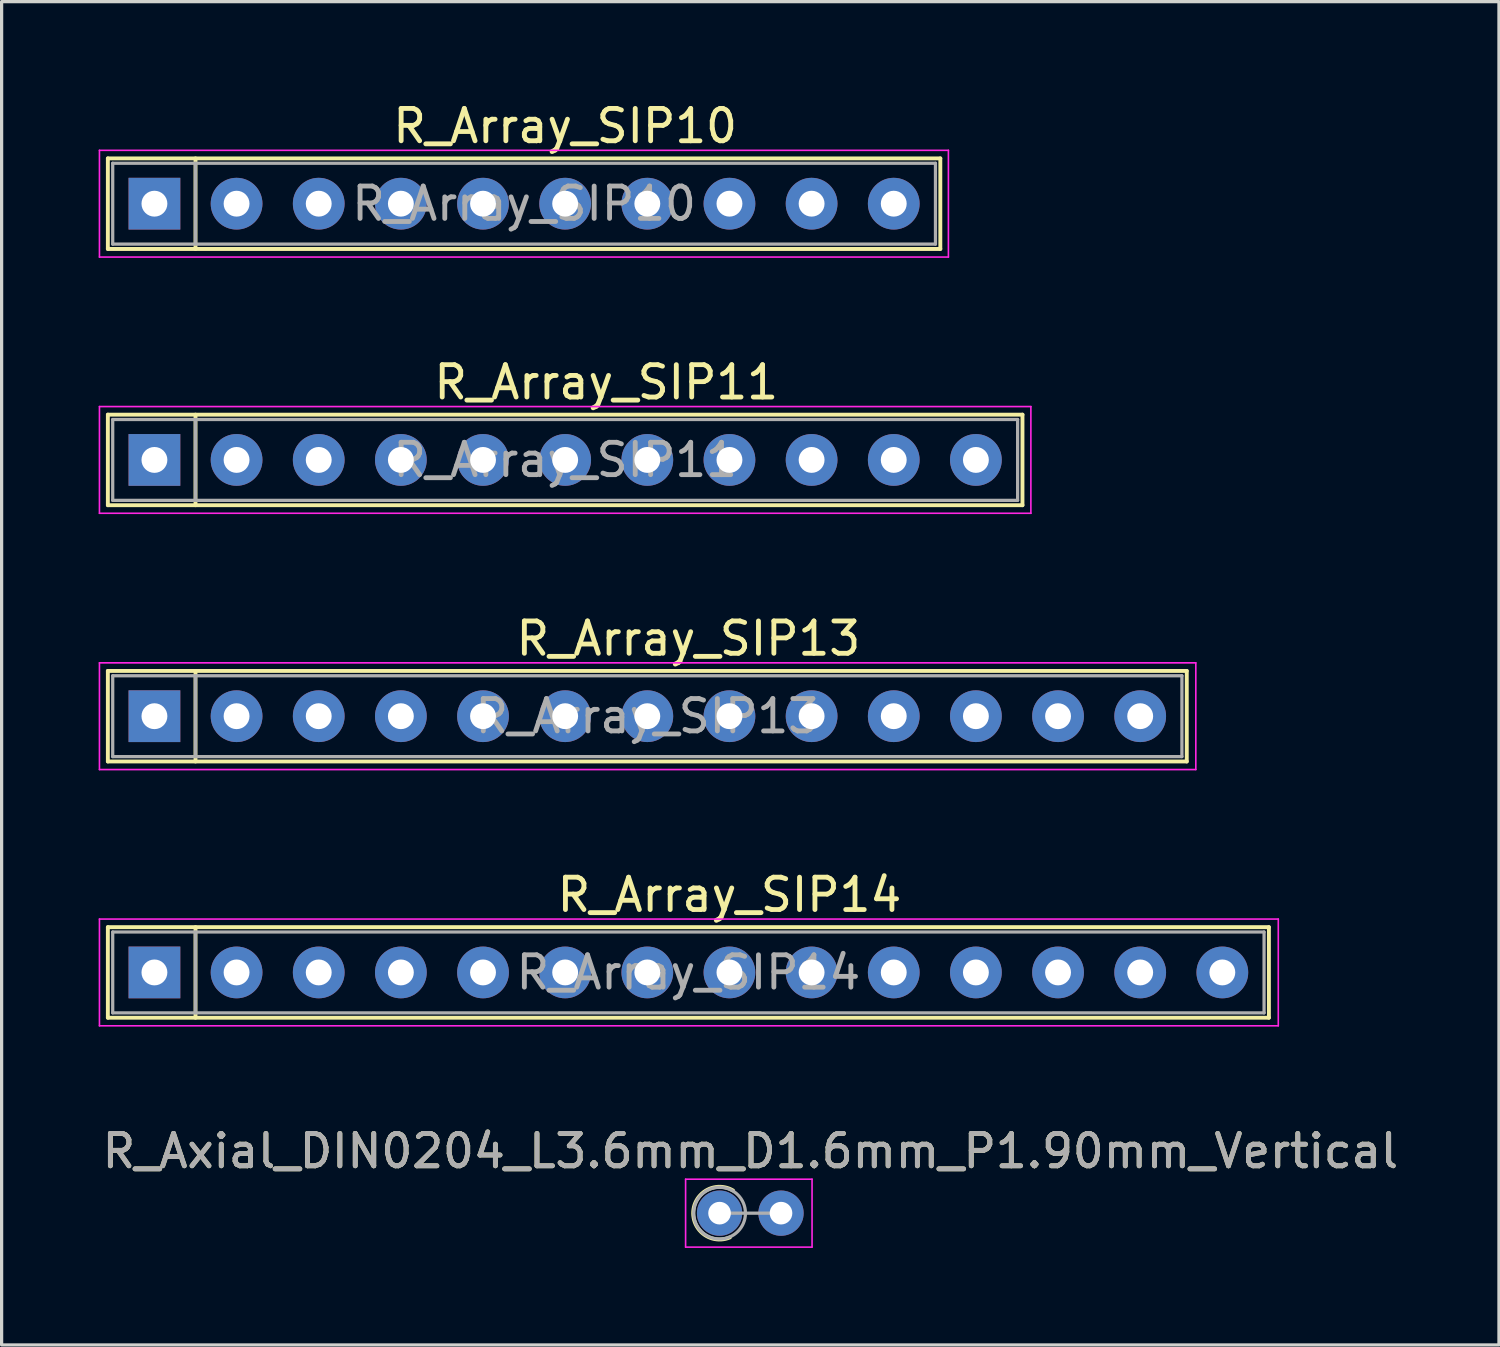
<source format=kicad_pcb>
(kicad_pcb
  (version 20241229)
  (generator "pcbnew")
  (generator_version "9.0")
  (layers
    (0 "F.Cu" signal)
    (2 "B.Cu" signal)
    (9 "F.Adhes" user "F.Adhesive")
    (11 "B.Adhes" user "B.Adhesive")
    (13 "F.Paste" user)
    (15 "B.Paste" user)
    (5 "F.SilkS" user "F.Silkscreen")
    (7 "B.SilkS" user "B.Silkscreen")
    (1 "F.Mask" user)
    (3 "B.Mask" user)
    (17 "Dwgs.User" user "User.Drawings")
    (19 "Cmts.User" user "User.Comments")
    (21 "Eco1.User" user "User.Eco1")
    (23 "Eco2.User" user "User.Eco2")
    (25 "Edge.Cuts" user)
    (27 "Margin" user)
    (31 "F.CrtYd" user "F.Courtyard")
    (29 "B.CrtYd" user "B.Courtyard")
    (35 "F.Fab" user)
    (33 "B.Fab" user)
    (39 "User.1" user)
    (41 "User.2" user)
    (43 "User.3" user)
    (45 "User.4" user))
  (footprint "R_Axial_DIN0204_L3.6mm_D1.6mm_P1.90mm_Vertical"
    (layer "F.Cu")
    (at 19.199 34.461)
    (property "Reference" "R_Axial_DIN0204_L3.6mm_D1.6mm_P1.90mm_Vertical" (at 0.95 -1.92 0) (layer "F.SilkS") (effects (font (size 1 1) (thickness 0.15))))
    (attr through_hole)
    (fp_arc (start 0.320095 0.749359) (mid -0.813042 -0.054435) (end 0.417133 -0.7) (stroke (width 0.12) (type solid)) (layer "F.SilkS"))
    (fp_line (start -1.05 -1.05) (end -1.05 1.05) (stroke (width 0.05) (type solid)) (layer "F.CrtYd"))
    (fp_line (start -1.05 1.05) (end 2.86 1.05) (stroke (width 0.05) (type solid)) (layer "F.CrtYd"))
    (fp_line (start 2.86 -1.05) (end -1.05 -1.05) (stroke (width 0.05) (type solid)) (layer "F.CrtYd"))
    (fp_line (start 2.86 1.05) (end 2.86 -1.05) (stroke (width 0.05) (type solid)) (layer "F.CrtYd"))
    (fp_line (start 0 0) (end 1.9 0) (stroke (width 0.1) (type solid)) (layer "F.Fab"))
    (fp_circle (center 0 0) (end 0.8 0) (stroke (width 0.1) (type solid)) (fill no) (layer "F.Fab"))
    (fp_text user "${REFERENCE}" (at 0.95 -1.92 0) (layer "F.Fab") (effects (font (size 1 1) (thickness 0.15))))
    (pad "1" thru_hole circle (at 0 0) (size 1.4 1.4) (drill 0.7) (layers "*.Cu" "*.Mask"))
    (pad "2" thru_hole oval (at 1.9 0) (size 1.4 1.4) (drill 0.7) (layers "*.Cu" "*.Mask")))
  (footprint "R_Array_SIP10"
    (layer "F.Cu")
    (at 1.725 3.248)
    (property "Reference" "R_Array_SIP10" (at 12.7 -2.4 0) (layer "F.SilkS") (effects (font (size 1 1) (thickness 0.15))))
    (attr through_hole)
    (fp_line (start -1.44 -1.4) (end -1.44 1.4) (stroke (width 0.12) (type solid)) (layer "F.SilkS"))
    (fp_line (start -1.44 1.4) (end 24.3 1.4) (stroke (width 0.12) (type solid)) (layer "F.SilkS"))
    (fp_line (start 1.27 -1.4) (end 1.27 1.4) (stroke (width 0.12) (type solid)) (layer "F.SilkS"))
    (fp_line (start 24.3 -1.4) (end -1.44 -1.4) (stroke (width 0.12) (type solid)) (layer "F.SilkS"))
    (fp_line (start 24.3 1.4) (end 24.3 -1.4) (stroke (width 0.12) (type solid)) (layer "F.SilkS"))
    (fp_line (start -1.7 -1.65) (end -1.7 1.65) (stroke (width 0.05) (type solid)) (layer "F.CrtYd"))
    (fp_line (start -1.7 1.65) (end 24.55 1.65) (stroke (width 0.05) (type solid)) (layer "F.CrtYd"))
    (fp_line (start 24.55 -1.65) (end -1.7 -1.65) (stroke (width 0.05) (type solid)) (layer "F.CrtYd"))
    (fp_line (start 24.55 1.65) (end 24.55 -1.65) (stroke (width 0.05) (type solid)) (layer "F.CrtYd"))
    (fp_line (start -1.29 -1.25) (end -1.29 1.25) (stroke (width 0.1) (type solid)) (layer "F.Fab"))
    (fp_line (start -1.29 1.25) (end 24.15 1.25) (stroke (width 0.1) (type solid)) (layer "F.Fab"))
    (fp_line (start 1.27 -1.25) (end 1.27 1.25) (stroke (width 0.1) (type solid)) (layer "F.Fab"))
    (fp_line (start 24.15 -1.25) (end -1.29 -1.25) (stroke (width 0.1) (type solid)) (layer "F.Fab"))
    (fp_line (start 24.15 1.25) (end 24.15 -1.25) (stroke (width 0.1) (type solid)) (layer "F.Fab"))
    (fp_text user "${REFERENCE}" (at 11.43 0 0) (layer "F.Fab") (effects (font (size 1 1) (thickness 0.15))))
    (pad "1" thru_hole rect (at 0 0) (size 1.6 1.6) (drill 0.8) (layers "*.Cu" "*.Mask"))
    (pad "2" thru_hole oval (at 2.54 0) (size 1.6 1.6) (drill 0.8) (layers "*.Cu" "*.Mask"))
    (pad "3" thru_hole oval (at 5.08 0) (size 1.6 1.6) (drill 0.8) (layers "*.Cu" "*.Mask"))
    (pad "4" thru_hole oval (at 7.62 0) (size 1.6 1.6) (drill 0.8) (layers "*.Cu" "*.Mask"))
    (pad "5" thru_hole oval (at 10.16 0) (size 1.6 1.6) (drill 0.8) (layers "*.Cu" "*.Mask"))
    (pad "6" thru_hole oval (at 12.7 0) (size 1.6 1.6) (drill 0.8) (layers "*.Cu" "*.Mask"))
    (pad "7" thru_hole oval (at 15.24 0) (size 1.6 1.6) (drill 0.8) (layers "*.Cu" "*.Mask"))
    (pad "8" thru_hole oval (at 17.78 0) (size 1.6 1.6) (drill 0.8) (layers "*.Cu" "*.Mask"))
    (pad "9" thru_hole oval (at 20.32 0) (size 1.6 1.6) (drill 0.8) (layers "*.Cu" "*.Mask"))
    (pad "10" thru_hole oval (at 22.86 0) (size 1.6 1.6) (drill 0.8) (layers "*.Cu" "*.Mask")))
  (footprint "R_Array_SIP13"
    (layer "F.Cu")
    (at 1.725 19.095)
    (property "Reference" "R_Array_SIP13" (at 16.51 -2.4 0) (layer "F.SilkS") (effects (font (size 1 1) (thickness 0.15))))
    (attr through_hole)
    (fp_line (start -1.44 -1.4) (end -1.44 1.4) (stroke (width 0.12) (type solid)) (layer "F.SilkS"))
    (fp_line (start -1.44 1.4) (end 31.92 1.4) (stroke (width 0.12) (type solid)) (layer "F.SilkS"))
    (fp_line (start 1.27 -1.4) (end 1.27 1.4) (stroke (width 0.12) (type solid)) (layer "F.SilkS"))
    (fp_line (start 31.92 -1.4) (end -1.44 -1.4) (stroke (width 0.12) (type solid)) (layer "F.SilkS"))
    (fp_line (start 31.92 1.4) (end 31.92 -1.4) (stroke (width 0.12) (type solid)) (layer "F.SilkS"))
    (fp_line (start -1.7 -1.65) (end -1.7 1.65) (stroke (width 0.05) (type solid)) (layer "F.CrtYd"))
    (fp_line (start -1.7 1.65) (end 32.2 1.65) (stroke (width 0.05) (type solid)) (layer "F.CrtYd"))
    (fp_line (start 32.2 -1.65) (end -1.7 -1.65) (stroke (width 0.05) (type solid)) (layer "F.CrtYd"))
    (fp_line (start 32.2 1.65) (end 32.2 -1.65) (stroke (width 0.05) (type solid)) (layer "F.CrtYd"))
    (fp_line (start -1.29 -1.25) (end -1.29 1.25) (stroke (width 0.1) (type solid)) (layer "F.Fab"))
    (fp_line (start -1.29 1.25) (end 31.77 1.25) (stroke (width 0.1) (type solid)) (layer "F.Fab"))
    (fp_line (start 1.27 -1.25) (end 1.27 1.25) (stroke (width 0.1) (type solid)) (layer "F.Fab"))
    (fp_line (start 31.77 -1.25) (end -1.29 -1.25) (stroke (width 0.1) (type solid)) (layer "F.Fab"))
    (fp_line (start 31.77 1.25) (end 31.77 -1.25) (stroke (width 0.1) (type solid)) (layer "F.Fab"))
    (fp_text user "${REFERENCE}" (at 15.24 0 0) (layer "F.Fab") (effects (font (size 1 1) (thickness 0.15))))
    (pad "1" thru_hole rect (at 0 0) (size 1.6 1.6) (drill 0.8) (layers "*.Cu" "*.Mask"))
    (pad "2" thru_hole oval (at 2.54 0) (size 1.6 1.6) (drill 0.8) (layers "*.Cu" "*.Mask"))
    (pad "3" thru_hole oval (at 5.08 0) (size 1.6 1.6) (drill 0.8) (layers "*.Cu" "*.Mask"))
    (pad "4" thru_hole oval (at 7.62 0) (size 1.6 1.6) (drill 0.8) (layers "*.Cu" "*.Mask"))
    (pad "5" thru_hole oval (at 10.16 0) (size 1.6 1.6) (drill 0.8) (layers "*.Cu" "*.Mask"))
    (pad "6" thru_hole oval (at 12.7 0) (size 1.6 1.6) (drill 0.8) (layers "*.Cu" "*.Mask"))
    (pad "7" thru_hole oval (at 15.24 0) (size 1.6 1.6) (drill 0.8) (layers "*.Cu" "*.Mask"))
    (pad "8" thru_hole oval (at 17.78 0) (size 1.6 1.6) (drill 0.8) (layers "*.Cu" "*.Mask"))
    (pad "9" thru_hole oval (at 20.32 0) (size 1.6 1.6) (drill 0.8) (layers "*.Cu" "*.Mask"))
    (pad "10" thru_hole oval (at 22.86 0) (size 1.6 1.6) (drill 0.8) (layers "*.Cu" "*.Mask"))
    (pad "11" thru_hole oval (at 25.4 0) (size 1.6 1.6) (drill 0.8) (layers "*.Cu" "*.Mask"))
    (pad "12" thru_hole oval (at 27.94 0) (size 1.6 1.6) (drill 0.8) (layers "*.Cu" "*.Mask"))
    (pad "13" thru_hole oval (at 30.48 0) (size 1.6 1.6) (drill 0.8) (layers "*.Cu" "*.Mask")))
  (footprint "R_Array_SIP14"
    (layer "F.Cu")
    (at 1.725 27.018)
    (property "Reference" "R_Array_SIP14" (at 17.78 -2.4 0) (layer "F.SilkS") (effects (font (size 1 1) (thickness 0.15))))
    (attr through_hole)
    (fp_line (start -1.44 -1.4) (end -1.44 1.4) (stroke (width 0.12) (type solid)) (layer "F.SilkS"))
    (fp_line (start -1.44 1.4) (end 34.46 1.4) (stroke (width 0.12) (type solid)) (layer "F.SilkS"))
    (fp_line (start 1.27 -1.4) (end 1.27 1.4) (stroke (width 0.12) (type solid)) (layer "F.SilkS"))
    (fp_line (start 34.46 -1.4) (end -1.44 -1.4) (stroke (width 0.12) (type solid)) (layer "F.SilkS"))
    (fp_line (start 34.46 1.4) (end 34.46 -1.4) (stroke (width 0.12) (type solid)) (layer "F.SilkS"))
    (fp_line (start -1.7 -1.65) (end -1.7 1.65) (stroke (width 0.05) (type solid)) (layer "F.CrtYd"))
    (fp_line (start -1.7 1.65) (end 34.75 1.65) (stroke (width 0.05) (type solid)) (layer "F.CrtYd"))
    (fp_line (start 34.75 -1.65) (end -1.7 -1.65) (stroke (width 0.05) (type solid)) (layer "F.CrtYd"))
    (fp_line (start 34.75 1.65) (end 34.75 -1.65) (stroke (width 0.05) (type solid)) (layer "F.CrtYd"))
    (fp_line (start -1.29 -1.25) (end -1.29 1.25) (stroke (width 0.1) (type solid)) (layer "F.Fab"))
    (fp_line (start -1.29 1.25) (end 34.31 1.25) (stroke (width 0.1) (type solid)) (layer "F.Fab"))
    (fp_line (start 1.27 -1.25) (end 1.27 1.25) (stroke (width 0.1) (type solid)) (layer "F.Fab"))
    (fp_line (start 34.31 -1.25) (end -1.29 -1.25) (stroke (width 0.1) (type solid)) (layer "F.Fab"))
    (fp_line (start 34.31 1.25) (end 34.31 -1.25) (stroke (width 0.1) (type solid)) (layer "F.Fab"))
    (fp_text user "${REFERENCE}" (at 16.51 0 0) (layer "F.Fab") (effects (font (size 1 1) (thickness 0.15))))
    (pad "1" thru_hole rect (at 0 0) (size 1.6 1.6) (drill 0.8) (layers "*.Cu" "*.Mask"))
    (pad "2" thru_hole oval (at 2.54 0) (size 1.6 1.6) (drill 0.8) (layers "*.Cu" "*.Mask"))
    (pad "3" thru_hole oval (at 5.08 0) (size 1.6 1.6) (drill 0.8) (layers "*.Cu" "*.Mask"))
    (pad "4" thru_hole oval (at 7.62 0) (size 1.6 1.6) (drill 0.8) (layers "*.Cu" "*.Mask"))
    (pad "5" thru_hole oval (at 10.16 0) (size 1.6 1.6) (drill 0.8) (layers "*.Cu" "*.Mask"))
    (pad "6" thru_hole oval (at 12.7 0) (size 1.6 1.6) (drill 0.8) (layers "*.Cu" "*.Mask"))
    (pad "7" thru_hole oval (at 15.24 0) (size 1.6 1.6) (drill 0.8) (layers "*.Cu" "*.Mask"))
    (pad "8" thru_hole oval (at 17.78 0) (size 1.6 1.6) (drill 0.8) (layers "*.Cu" "*.Mask"))
    (pad "9" thru_hole oval (at 20.32 0) (size 1.6 1.6) (drill 0.8) (layers "*.Cu" "*.Mask"))
    (pad "10" thru_hole oval (at 22.86 0) (size 1.6 1.6) (drill 0.8) (layers "*.Cu" "*.Mask"))
    (pad "11" thru_hole oval (at 25.4 0) (size 1.6 1.6) (drill 0.8) (layers "*.Cu" "*.Mask"))
    (pad "12" thru_hole oval (at 27.94 0) (size 1.6 1.6) (drill 0.8) (layers "*.Cu" "*.Mask"))
    (pad "13" thru_hole oval (at 30.48 0) (size 1.6 1.6) (drill 0.8) (layers "*.Cu" "*.Mask"))
    (pad "14" thru_hole oval (at 33.02 0) (size 1.6 1.6) (drill 0.8) (layers "*.Cu" "*.Mask")))
  (footprint "R_Array_SIP11"
    (layer "F.Cu")
    (at 1.725 11.171)
    (property "Reference" "R_Array_SIP11" (at 13.97 -2.4 0) (layer "F.SilkS") (effects (font (size 1 1) (thickness 0.15))))
    (attr through_hole)
    (fp_line (start -1.44 -1.4) (end -1.44 1.4) (stroke (width 0.12) (type solid)) (layer "F.SilkS"))
    (fp_line (start -1.44 1.4) (end 26.84 1.4) (stroke (width 0.12) (type solid)) (layer "F.SilkS"))
    (fp_line (start 1.27 -1.4) (end 1.27 1.4) (stroke (width 0.12) (type solid)) (layer "F.SilkS"))
    (fp_line (start 26.84 -1.4) (end -1.44 -1.4) (stroke (width 0.12) (type solid)) (layer "F.SilkS"))
    (fp_line (start 26.84 1.4) (end 26.84 -1.4) (stroke (width 0.12) (type solid)) (layer "F.SilkS"))
    (fp_line (start -1.7 -1.65) (end -1.7 1.65) (stroke (width 0.05) (type solid)) (layer "F.CrtYd"))
    (fp_line (start -1.7 1.65) (end 27.1 1.65) (stroke (width 0.05) (type solid)) (layer "F.CrtYd"))
    (fp_line (start 27.1 -1.65) (end -1.7 -1.65) (stroke (width 0.05) (type solid)) (layer "F.CrtYd"))
    (fp_line (start 27.1 1.65) (end 27.1 -1.65) (stroke (width 0.05) (type solid)) (layer "F.CrtYd"))
    (fp_line (start -1.29 -1.25) (end -1.29 1.25) (stroke (width 0.1) (type solid)) (layer "F.Fab"))
    (fp_line (start -1.29 1.25) (end 26.69 1.25) (stroke (width 0.1) (type solid)) (layer "F.Fab"))
    (fp_line (start 1.27 -1.25) (end 1.27 1.25) (stroke (width 0.1) (type solid)) (layer "F.Fab"))
    (fp_line (start 26.69 -1.25) (end -1.29 -1.25) (stroke (width 0.1) (type solid)) (layer "F.Fab"))
    (fp_line (start 26.69 1.25) (end 26.69 -1.25) (stroke (width 0.1) (type solid)) (layer "F.Fab"))
    (fp_text user "${REFERENCE}" (at 12.7 0 0) (layer "F.Fab") (effects (font (size 1 1) (thickness 0.15))))
    (pad "1" thru_hole rect (at 0 0) (size 1.6 1.6) (drill 0.8) (layers "*.Cu" "*.Mask"))
    (pad "2" thru_hole oval (at 2.54 0) (size 1.6 1.6) (drill 0.8) (layers "*.Cu" "*.Mask"))
    (pad "3" thru_hole oval (at 5.08 0) (size 1.6 1.6) (drill 0.8) (layers "*.Cu" "*.Mask"))
    (pad "4" thru_hole oval (at 7.62 0) (size 1.6 1.6) (drill 0.8) (layers "*.Cu" "*.Mask"))
    (pad "5" thru_hole oval (at 10.16 0) (size 1.6 1.6) (drill 0.8) (layers "*.Cu" "*.Mask"))
    (pad "6" thru_hole oval (at 12.7 0) (size 1.6 1.6) (drill 0.8) (layers "*.Cu" "*.Mask"))
    (pad "7" thru_hole oval (at 15.24 0) (size 1.6 1.6) (drill 0.8) (layers "*.Cu" "*.Mask"))
    (pad "8" thru_hole oval (at 17.78 0) (size 1.6 1.6) (drill 0.8) (layers "*.Cu" "*.Mask"))
    (pad "9" thru_hole oval (at 20.32 0) (size 1.6 1.6) (drill 0.8) (layers "*.Cu" "*.Mask"))
    (pad "10" thru_hole oval (at 22.86 0) (size 1.6 1.6) (drill 0.8) (layers "*.Cu" "*.Mask"))
    (pad "11" thru_hole oval (at 25.4 0) (size 1.6 1.6) (drill 0.8) (layers "*.Cu" "*.Mask")))
  (gr_rect
    (start -3 -3)
    (end 43.298 38.536)
    (stroke (width 0.1) (type default))
    (fill no)
    (layer "Edge.Cuts")))
</source>
